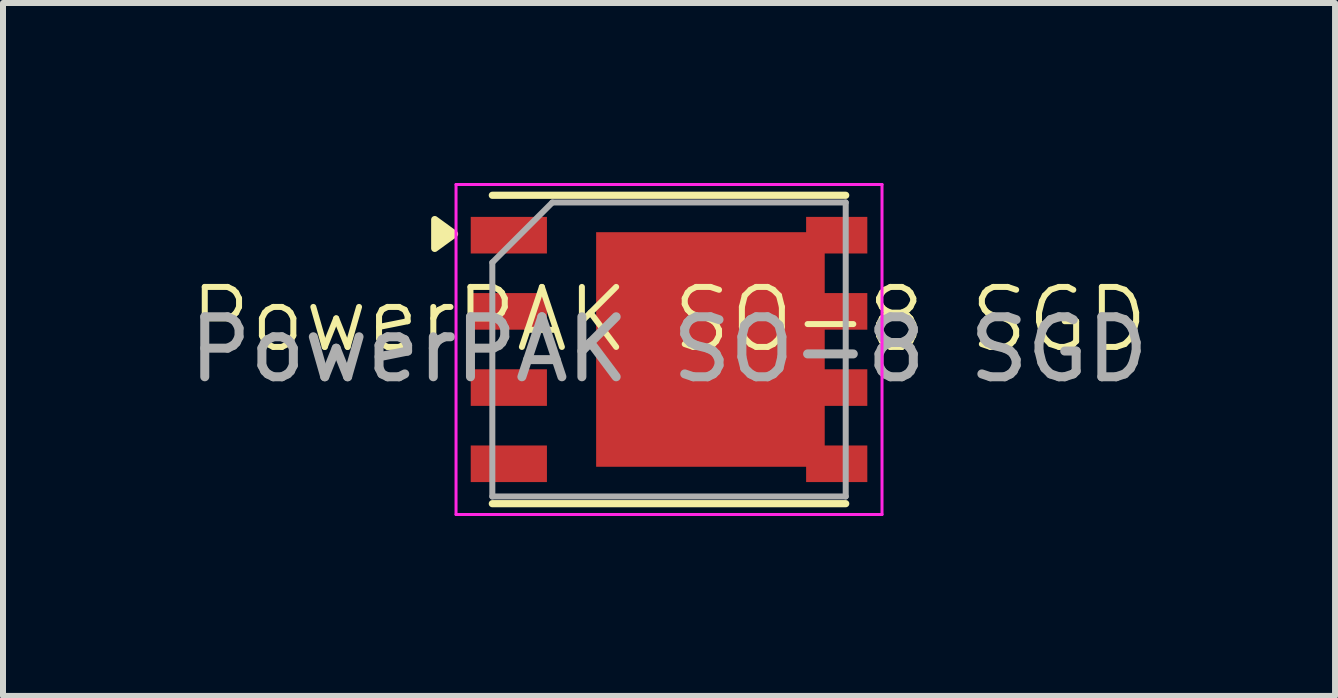
<source format=kicad_pcb>
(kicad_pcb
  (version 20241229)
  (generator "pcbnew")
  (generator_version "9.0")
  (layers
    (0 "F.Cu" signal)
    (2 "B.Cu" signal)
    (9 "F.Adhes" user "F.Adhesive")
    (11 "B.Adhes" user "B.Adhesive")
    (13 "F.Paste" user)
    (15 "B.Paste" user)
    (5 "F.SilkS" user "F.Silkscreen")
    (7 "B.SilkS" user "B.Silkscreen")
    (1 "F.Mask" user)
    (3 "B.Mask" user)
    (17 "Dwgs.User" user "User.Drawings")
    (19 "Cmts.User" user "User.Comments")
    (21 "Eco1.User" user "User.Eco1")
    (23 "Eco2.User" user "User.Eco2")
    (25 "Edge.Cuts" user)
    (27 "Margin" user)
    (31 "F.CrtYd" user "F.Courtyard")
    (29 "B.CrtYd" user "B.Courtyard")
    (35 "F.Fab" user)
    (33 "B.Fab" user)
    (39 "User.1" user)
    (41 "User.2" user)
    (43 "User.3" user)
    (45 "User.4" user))
  (footprint "PowerPAK SO-8 SGD"
    (layer "F.Cu")
    (at 8.101 2.775)
    (property "Reference" "PowerPAK SO-8 SGD" (at 0 -0.5 0) (unlocked yes) (layer "F.SilkS") (effects (font (size 1 1) (thickness 0.1))))
    (attr smd)
    (fp_line (start -2.945 -2.57) (end 2.945 -2.57) (stroke (width 0.12) (type solid)) (layer "F.SilkS"))
    (fp_line (start -2.945 2.57) (end 2.945 2.57) (stroke (width 0.12) (type solid)) (layer "F.SilkS"))
    (fp_poly (pts (xy -3.575 -1.925) (xy -3.905 -2.165) (xy -3.905 -1.685) (xy -3.575 -1.925)) (stroke (width 0.12) (type solid)) (fill yes) (layer "F.SilkS"))
    (fp_line (start -3.55 -2.75) (end -3.55 2.75) (stroke (width 0.05) (type solid)) (layer "F.CrtYd"))
    (fp_line (start -3.55 -2.75) (end 3.55 -2.75) (stroke (width 0.05) (type solid)) (layer "F.CrtYd"))
    (fp_line (start -3.55 2.75) (end 3.55 2.75) (stroke (width 0.05) (type solid)) (layer "F.CrtYd"))
    (fp_line (start 3.55 -2.75) (end 3.55 2.75) (stroke (width 0.05) (type solid)) (layer "F.CrtYd"))
    (fp_line (start -2.945 2.45) (end -2.945 -1.45) (stroke (width 0.1) (type solid)) (layer "F.Fab"))
    (fp_line (start -1.945 -2.45) (end -2.945 -1.45) (stroke (width 0.1) (type solid)) (layer "F.Fab"))
    (fp_line (start -1.945 -2.45) (end 2.945 -2.45) (stroke (width 0.1) (type solid)) (layer "F.Fab"))
    (fp_line (start 2.945 -2.45) (end 2.945 2.45) (stroke (width 0.1) (type solid)) (layer "F.Fab"))
    (fp_line (start 2.945 2.45) (end -2.945 2.45) (stroke (width 0.1) (type solid)) (layer "F.Fab"))
    (fp_text user "${REFERENCE}" (at 0 0 0) (layer "F.Fab") (effects (font (size 1 1) (thickness 0.15))))
    (pad "1" smd rect (at -2.67 -1.905) (size 1.27 0.61) (layers "F.Cu" "F.Mask" "F.Paste"))
    (pad "1" smd rect (at -2.67 -0.635) (size 1.27 0.61) (layers "F.Cu" "F.Mask" "F.Paste"))
    (pad "1" smd rect (at -2.67 0.635) (size 1.27 0.61) (layers "F.Cu" "F.Mask" "F.Paste"))
    (pad "2" smd rect (at -2.67 1.905) (size 1.27 0.61) (layers "F.Cu" "F.Mask" "F.Paste"))
    (pad "3" smd rect (at 0.69 0) (size 3.81 3.91) (layers "F.Cu" "F.Mask" "F.Paste"))
    (pad "3" smd rect (at 2.795 -1.905) (size 1.02 0.61) (layers "F.Cu" "F.Mask" "F.Paste"))
    (pad "3" smd rect (at 2.795 -0.635) (size 1.02 0.61) (layers "F.Cu" "F.Mask" "F.Paste"))
    (pad "3" smd rect (at 2.795 0.635) (size 1.02 0.61) (layers "F.Cu" "F.Mask" "F.Paste"))
    (pad "3" smd rect (at 2.795 1.905) (size 1.02 0.61) (layers "F.Cu" "F.Mask" "F.Paste")))
  (gr_rect
    (start -3 -3)
    (end 19.202 8.55)
    (stroke (width 0.1) (type default))
    (fill no)
    (layer "Edge.Cuts")))
</source>
